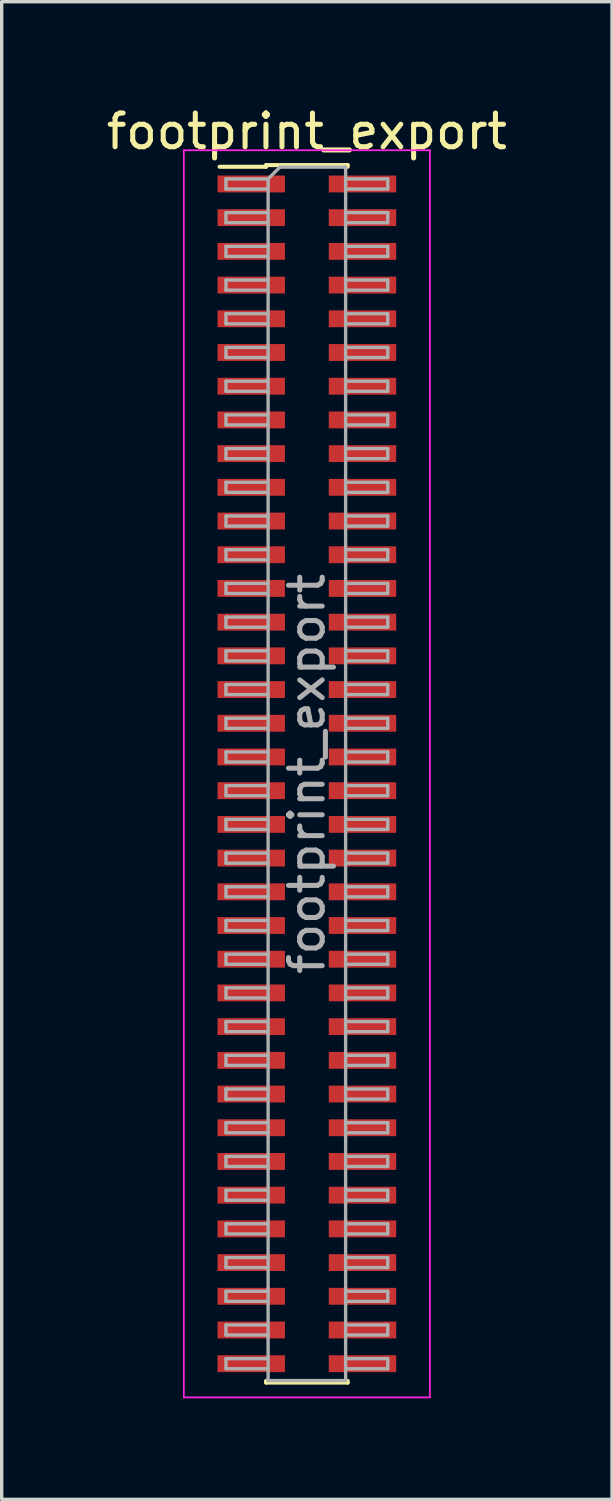
<source format=kicad_pcb>
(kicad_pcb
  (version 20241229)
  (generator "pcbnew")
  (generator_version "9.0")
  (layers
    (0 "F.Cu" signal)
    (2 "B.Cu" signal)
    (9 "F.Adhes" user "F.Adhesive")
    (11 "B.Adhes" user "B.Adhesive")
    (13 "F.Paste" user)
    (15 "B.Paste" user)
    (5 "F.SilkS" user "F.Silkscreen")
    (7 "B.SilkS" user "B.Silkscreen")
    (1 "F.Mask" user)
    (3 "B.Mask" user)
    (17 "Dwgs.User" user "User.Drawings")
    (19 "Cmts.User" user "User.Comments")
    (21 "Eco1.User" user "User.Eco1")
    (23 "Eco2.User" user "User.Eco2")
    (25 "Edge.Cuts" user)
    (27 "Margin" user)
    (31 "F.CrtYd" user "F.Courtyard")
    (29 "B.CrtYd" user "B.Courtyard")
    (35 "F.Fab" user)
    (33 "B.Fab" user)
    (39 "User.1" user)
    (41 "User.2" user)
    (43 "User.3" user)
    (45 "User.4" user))
  (footprint "footprint_export"
    (layer "F.Cu")
    (at 6.054 19.908)
    (property "Reference" "footprint_export" (at 0 -19.06 0) (layer "F.SilkS") (effects (font (size 1 1) (thickness 0.15))))
    (attr smd)
    (fp_line (start -2.59 -18.01) (end -1.21 -18.01) (stroke (width 0.12) (type solid)) (layer "F.SilkS"))
    (fp_line (start -1.21 -18.06) (end -1.21 -18.01) (stroke (width 0.12) (type solid)) (layer "F.SilkS"))
    (fp_line (start -1.21 -18.06) (end 1.21 -18.06) (stroke (width 0.12) (type solid)) (layer "F.SilkS"))
    (fp_line (start -1.21 18.01) (end -1.21 18.06) (stroke (width 0.12) (type solid)) (layer "F.SilkS"))
    (fp_line (start -1.21 18.06) (end 1.21 18.06) (stroke (width 0.12) (type solid)) (layer "F.SilkS"))
    (fp_line (start 1.21 -18.06) (end 1.21 -18.01) (stroke (width 0.12) (type solid)) (layer "F.SilkS"))
    (fp_line (start 1.21 18.01) (end 1.21 18.06) (stroke (width 0.12) (type solid)) (layer "F.SilkS"))
    (fp_line (start -3.65 -18.5) (end -3.65 18.5) (stroke (width 0.05) (type solid)) (layer "F.CrtYd"))
    (fp_line (start -3.65 18.5) (end 3.65 18.5) (stroke (width 0.05) (type solid)) (layer "F.CrtYd"))
    (fp_line (start 3.65 -18.5) (end -3.65 -18.5) (stroke (width 0.05) (type solid)) (layer "F.CrtYd"))
    (fp_line (start 3.65 18.5) (end 3.65 -18.5) (stroke (width 0.05) (type solid)) (layer "F.CrtYd"))
    (fp_line (start -2.4 -17.65) (end -2.4 -17.35) (stroke (width 0.1) (type solid)) (layer "F.Fab"))
    (fp_line (start -2.4 -17.35) (end -1.15 -17.35) (stroke (width 0.1) (type solid)) (layer "F.Fab"))
    (fp_line (start -2.4 -16.65) (end -2.4 -16.35) (stroke (width 0.1) (type solid)) (layer "F.Fab"))
    (fp_line (start -2.4 -16.35) (end -1.15 -16.35) (stroke (width 0.1) (type solid)) (layer "F.Fab"))
    (fp_line (start -2.4 -15.65) (end -2.4 -15.35) (stroke (width 0.1) (type solid)) (layer "F.Fab"))
    (fp_line (start -2.4 -15.35) (end -1.15 -15.35) (stroke (width 0.1) (type solid)) (layer "F.Fab"))
    (fp_line (start -2.4 -14.65) (end -2.4 -14.35) (stroke (width 0.1) (type solid)) (layer "F.Fab"))
    (fp_line (start -2.4 -14.35) (end -1.15 -14.35) (stroke (width 0.1) (type solid)) (layer "F.Fab"))
    (fp_line (start -2.4 -13.65) (end -2.4 -13.35) (stroke (width 0.1) (type solid)) (layer "F.Fab"))
    (fp_line (start -2.4 -13.35) (end -1.15 -13.35) (stroke (width 0.1) (type solid)) (layer "F.Fab"))
    (fp_line (start -2.4 -12.65) (end -2.4 -12.35) (stroke (width 0.1) (type solid)) (layer "F.Fab"))
    (fp_line (start -2.4 -12.35) (end -1.15 -12.35) (stroke (width 0.1) (type solid)) (layer "F.Fab"))
    (fp_line (start -2.4 -11.65) (end -2.4 -11.35) (stroke (width 0.1) (type solid)) (layer "F.Fab"))
    (fp_line (start -2.4 -11.35) (end -1.15 -11.35) (stroke (width 0.1) (type solid)) (layer "F.Fab"))
    (fp_line (start -2.4 -10.65) (end -2.4 -10.35) (stroke (width 0.1) (type solid)) (layer "F.Fab"))
    (fp_line (start -2.4 -10.35) (end -1.15 -10.35) (stroke (width 0.1) (type solid)) (layer "F.Fab"))
    (fp_line (start -2.4 -9.65) (end -2.4 -9.35) (stroke (width 0.1) (type solid)) (layer "F.Fab"))
    (fp_line (start -2.4 -9.35) (end -1.15 -9.35) (stroke (width 0.1) (type solid)) (layer "F.Fab"))
    (fp_line (start -2.4 -8.65) (end -2.4 -8.35) (stroke (width 0.1) (type solid)) (layer "F.Fab"))
    (fp_line (start -2.4 -8.35) (end -1.15 -8.35) (stroke (width 0.1) (type solid)) (layer "F.Fab"))
    (fp_line (start -2.4 -7.65) (end -2.4 -7.35) (stroke (width 0.1) (type solid)) (layer "F.Fab"))
    (fp_line (start -2.4 -7.35) (end -1.15 -7.35) (stroke (width 0.1) (type solid)) (layer "F.Fab"))
    (fp_line (start -2.4 -6.65) (end -2.4 -6.35) (stroke (width 0.1) (type solid)) (layer "F.Fab"))
    (fp_line (start -2.4 -6.35) (end -1.15 -6.35) (stroke (width 0.1) (type solid)) (layer "F.Fab"))
    (fp_line (start -2.4 -5.65) (end -2.4 -5.35) (stroke (width 0.1) (type solid)) (layer "F.Fab"))
    (fp_line (start -2.4 -5.35) (end -1.15 -5.35) (stroke (width 0.1) (type solid)) (layer "F.Fab"))
    (fp_line (start -2.4 -4.65) (end -2.4 -4.35) (stroke (width 0.1) (type solid)) (layer "F.Fab"))
    (fp_line (start -2.4 -4.35) (end -1.15 -4.35) (stroke (width 0.1) (type solid)) (layer "F.Fab"))
    (fp_line (start -2.4 -3.65) (end -2.4 -3.35) (stroke (width 0.1) (type solid)) (layer "F.Fab"))
    (fp_line (start -2.4 -3.35) (end -1.15 -3.35) (stroke (width 0.1) (type solid)) (layer "F.Fab"))
    (fp_line (start -2.4 -2.65) (end -2.4 -2.35) (stroke (width 0.1) (type solid)) (layer "F.Fab"))
    (fp_line (start -2.4 -2.35) (end -1.15 -2.35) (stroke (width 0.1) (type solid)) (layer "F.Fab"))
    (fp_line (start -2.4 -1.65) (end -2.4 -1.35) (stroke (width 0.1) (type solid)) (layer "F.Fab"))
    (fp_line (start -2.4 -1.35) (end -1.15 -1.35) (stroke (width 0.1) (type solid)) (layer "F.Fab"))
    (fp_line (start -2.4 -0.65) (end -2.4 -0.35) (stroke (width 0.1) (type solid)) (layer "F.Fab"))
    (fp_line (start -2.4 -0.35) (end -1.15 -0.35) (stroke (width 0.1) (type solid)) (layer "F.Fab"))
    (fp_line (start -2.4 0.35) (end -2.4 0.65) (stroke (width 0.1) (type solid)) (layer "F.Fab"))
    (fp_line (start -2.4 0.65) (end -1.15 0.65) (stroke (width 0.1) (type solid)) (layer "F.Fab"))
    (fp_line (start -2.4 1.35) (end -2.4 1.65) (stroke (width 0.1) (type solid)) (layer "F.Fab"))
    (fp_line (start -2.4 1.65) (end -1.15 1.65) (stroke (width 0.1) (type solid)) (layer "F.Fab"))
    (fp_line (start -2.4 2.35) (end -2.4 2.65) (stroke (width 0.1) (type solid)) (layer "F.Fab"))
    (fp_line (start -2.4 2.65) (end -1.15 2.65) (stroke (width 0.1) (type solid)) (layer "F.Fab"))
    (fp_line (start -2.4 3.35) (end -2.4 3.65) (stroke (width 0.1) (type solid)) (layer "F.Fab"))
    (fp_line (start -2.4 3.65) (end -1.15 3.65) (stroke (width 0.1) (type solid)) (layer "F.Fab"))
    (fp_line (start -2.4 4.35) (end -2.4 4.65) (stroke (width 0.1) (type solid)) (layer "F.Fab"))
    (fp_line (start -2.4 4.65) (end -1.15 4.65) (stroke (width 0.1) (type solid)) (layer "F.Fab"))
    (fp_line (start -2.4 5.35) (end -2.4 5.65) (stroke (width 0.1) (type solid)) (layer "F.Fab"))
    (fp_line (start -2.4 5.65) (end -1.15 5.65) (stroke (width 0.1) (type solid)) (layer "F.Fab"))
    (fp_line (start -2.4 6.35) (end -2.4 6.65) (stroke (width 0.1) (type solid)) (layer "F.Fab"))
    (fp_line (start -2.4 6.65) (end -1.15 6.65) (stroke (width 0.1) (type solid)) (layer "F.Fab"))
    (fp_line (start -2.4 7.35) (end -2.4 7.65) (stroke (width 0.1) (type solid)) (layer "F.Fab"))
    (fp_line (start -2.4 7.65) (end -1.15 7.65) (stroke (width 0.1) (type solid)) (layer "F.Fab"))
    (fp_line (start -2.4 8.35) (end -2.4 8.65) (stroke (width 0.1) (type solid)) (layer "F.Fab"))
    (fp_line (start -2.4 8.65) (end -1.15 8.65) (stroke (width 0.1) (type solid)) (layer "F.Fab"))
    (fp_line (start -2.4 9.35) (end -2.4 9.65) (stroke (width 0.1) (type solid)) (layer "F.Fab"))
    (fp_line (start -2.4 9.65) (end -1.15 9.65) (stroke (width 0.1) (type solid)) (layer "F.Fab"))
    (fp_line (start -2.4 10.35) (end -2.4 10.65) (stroke (width 0.1) (type solid)) (layer "F.Fab"))
    (fp_line (start -2.4 10.65) (end -1.15 10.65) (stroke (width 0.1) (type solid)) (layer "F.Fab"))
    (fp_line (start -2.4 11.35) (end -2.4 11.65) (stroke (width 0.1) (type solid)) (layer "F.Fab"))
    (fp_line (start -2.4 11.65) (end -1.15 11.65) (stroke (width 0.1) (type solid)) (layer "F.Fab"))
    (fp_line (start -2.4 12.35) (end -2.4 12.65) (stroke (width 0.1) (type solid)) (layer "F.Fab"))
    (fp_line (start -2.4 12.65) (end -1.15 12.65) (stroke (width 0.1) (type solid)) (layer "F.Fab"))
    (fp_line (start -2.4 13.35) (end -2.4 13.65) (stroke (width 0.1) (type solid)) (layer "F.Fab"))
    (fp_line (start -2.4 13.65) (end -1.15 13.65) (stroke (width 0.1) (type solid)) (layer "F.Fab"))
    (fp_line (start -2.4 14.35) (end -2.4 14.65) (stroke (width 0.1) (type solid)) (layer "F.Fab"))
    (fp_line (start -2.4 14.65) (end -1.15 14.65) (stroke (width 0.1) (type solid)) (layer "F.Fab"))
    (fp_line (start -2.4 15.35) (end -2.4 15.65) (stroke (width 0.1) (type solid)) (layer "F.Fab"))
    (fp_line (start -2.4 15.65) (end -1.15 15.65) (stroke (width 0.1) (type solid)) (layer "F.Fab"))
    (fp_line (start -2.4 16.35) (end -2.4 16.65) (stroke (width 0.1) (type solid)) (layer "F.Fab"))
    (fp_line (start -2.4 16.65) (end -1.15 16.65) (stroke (width 0.1) (type solid)) (layer "F.Fab"))
    (fp_line (start -2.4 17.35) (end -2.4 17.65) (stroke (width 0.1) (type solid)) (layer "F.Fab"))
    (fp_line (start -2.4 17.65) (end -1.15 17.65) (stroke (width 0.1) (type solid)) (layer "F.Fab"))
    (fp_line (start -1.15 -17.65) (end -2.4 -17.65) (stroke (width 0.1) (type solid)) (layer "F.Fab"))
    (fp_line (start -1.15 -17.65) (end -0.8 -18) (stroke (width 0.1) (type solid)) (layer "F.Fab"))
    (fp_line (start -1.15 -16.65) (end -2.4 -16.65) (stroke (width 0.1) (type solid)) (layer "F.Fab"))
    (fp_line (start -1.15 -15.65) (end -2.4 -15.65) (stroke (width 0.1) (type solid)) (layer "F.Fab"))
    (fp_line (start -1.15 -14.65) (end -2.4 -14.65) (stroke (width 0.1) (type solid)) (layer "F.Fab"))
    (fp_line (start -1.15 -13.65) (end -2.4 -13.65) (stroke (width 0.1) (type solid)) (layer "F.Fab"))
    (fp_line (start -1.15 -12.65) (end -2.4 -12.65) (stroke (width 0.1) (type solid)) (layer "F.Fab"))
    (fp_line (start -1.15 -11.65) (end -2.4 -11.65) (stroke (width 0.1) (type solid)) (layer "F.Fab"))
    (fp_line (start -1.15 -10.65) (end -2.4 -10.65) (stroke (width 0.1) (type solid)) (layer "F.Fab"))
    (fp_line (start -1.15 -9.65) (end -2.4 -9.65) (stroke (width 0.1) (type solid)) (layer "F.Fab"))
    (fp_line (start -1.15 -8.65) (end -2.4 -8.65) (stroke (width 0.1) (type solid)) (layer "F.Fab"))
    (fp_line (start -1.15 -7.65) (end -2.4 -7.65) (stroke (width 0.1) (type solid)) (layer "F.Fab"))
    (fp_line (start -1.15 -6.65) (end -2.4 -6.65) (stroke (width 0.1) (type solid)) (layer "F.Fab"))
    (fp_line (start -1.15 -5.65) (end -2.4 -5.65) (stroke (width 0.1) (type solid)) (layer "F.Fab"))
    (fp_line (start -1.15 -4.65) (end -2.4 -4.65) (stroke (width 0.1) (type solid)) (layer "F.Fab"))
    (fp_line (start -1.15 -3.65) (end -2.4 -3.65) (stroke (width 0.1) (type solid)) (layer "F.Fab"))
    (fp_line (start -1.15 -2.65) (end -2.4 -2.65) (stroke (width 0.1) (type solid)) (layer "F.Fab"))
    (fp_line (start -1.15 -1.65) (end -2.4 -1.65) (stroke (width 0.1) (type solid)) (layer "F.Fab"))
    (fp_line (start -1.15 -0.65) (end -2.4 -0.65) (stroke (width 0.1) (type solid)) (layer "F.Fab"))
    (fp_line (start -1.15 0.35) (end -2.4 0.35) (stroke (width 0.1) (type solid)) (layer "F.Fab"))
    (fp_line (start -1.15 1.35) (end -2.4 1.35) (stroke (width 0.1) (type solid)) (layer "F.Fab"))
    (fp_line (start -1.15 2.35) (end -2.4 2.35) (stroke (width 0.1) (type solid)) (layer "F.Fab"))
    (fp_line (start -1.15 3.35) (end -2.4 3.35) (stroke (width 0.1) (type solid)) (layer "F.Fab"))
    (fp_line (start -1.15 4.35) (end -2.4 4.35) (stroke (width 0.1) (type solid)) (layer "F.Fab"))
    (fp_line (start -1.15 5.35) (end -2.4 5.35) (stroke (width 0.1) (type solid)) (layer "F.Fab"))
    (fp_line (start -1.15 6.35) (end -2.4 6.35) (stroke (width 0.1) (type solid)) (layer "F.Fab"))
    (fp_line (start -1.15 7.35) (end -2.4 7.35) (stroke (width 0.1) (type solid)) (layer "F.Fab"))
    (fp_line (start -1.15 8.35) (end -2.4 8.35) (stroke (width 0.1) (type solid)) (layer "F.Fab"))
    (fp_line (start -1.15 9.35) (end -2.4 9.35) (stroke (width 0.1) (type solid)) (layer "F.Fab"))
    (fp_line (start -1.15 10.35) (end -2.4 10.35) (stroke (width 0.1) (type solid)) (layer "F.Fab"))
    (fp_line (start -1.15 11.35) (end -2.4 11.35) (stroke (width 0.1) (type solid)) (layer "F.Fab"))
    (fp_line (start -1.15 12.35) (end -2.4 12.35) (stroke (width 0.1) (type solid)) (layer "F.Fab"))
    (fp_line (start -1.15 13.35) (end -2.4 13.35) (stroke (width 0.1) (type solid)) (layer "F.Fab"))
    (fp_line (start -1.15 14.35) (end -2.4 14.35) (stroke (width 0.1) (type solid)) (layer "F.Fab"))
    (fp_line (start -1.15 15.35) (end -2.4 15.35) (stroke (width 0.1) (type solid)) (layer "F.Fab"))
    (fp_line (start -1.15 16.35) (end -2.4 16.35) (stroke (width 0.1) (type solid)) (layer "F.Fab"))
    (fp_line (start -1.15 17.35) (end -2.4 17.35) (stroke (width 0.1) (type solid)) (layer "F.Fab"))
    (fp_line (start -1.15 18) (end -1.15 -17.65) (stroke (width 0.1) (type solid)) (layer "F.Fab"))
    (fp_line (start -0.8 -18) (end 1.15 -18) (stroke (width 0.1) (type solid)) (layer "F.Fab"))
    (fp_line (start 1.15 -18) (end 1.15 18) (stroke (width 0.1) (type solid)) (layer "F.Fab"))
    (fp_line (start 1.15 -17.65) (end 2.4 -17.65) (stroke (width 0.1) (type solid)) (layer "F.Fab"))
    (fp_line (start 1.15 -16.65) (end 2.4 -16.65) (stroke (width 0.1) (type solid)) (layer "F.Fab"))
    (fp_line (start 1.15 -15.65) (end 2.4 -15.65) (stroke (width 0.1) (type solid)) (layer "F.Fab"))
    (fp_line (start 1.15 -14.65) (end 2.4 -14.65) (stroke (width 0.1) (type solid)) (layer "F.Fab"))
    (fp_line (start 1.15 -13.65) (end 2.4 -13.65) (stroke (width 0.1) (type solid)) (layer "F.Fab"))
    (fp_line (start 1.15 -12.65) (end 2.4 -12.65) (stroke (width 0.1) (type solid)) (layer "F.Fab"))
    (fp_line (start 1.15 -11.65) (end 2.4 -11.65) (stroke (width 0.1) (type solid)) (layer "F.Fab"))
    (fp_line (start 1.15 -10.65) (end 2.4 -10.65) (stroke (width 0.1) (type solid)) (layer "F.Fab"))
    (fp_line (start 1.15 -9.65) (end 2.4 -9.65) (stroke (width 0.1) (type solid)) (layer "F.Fab"))
    (fp_line (start 1.15 -8.65) (end 2.4 -8.65) (stroke (width 0.1) (type solid)) (layer "F.Fab"))
    (fp_line (start 1.15 -7.65) (end 2.4 -7.65) (stroke (width 0.1) (type solid)) (layer "F.Fab"))
    (fp_line (start 1.15 -6.65) (end 2.4 -6.65) (stroke (width 0.1) (type solid)) (layer "F.Fab"))
    (fp_line (start 1.15 -5.65) (end 2.4 -5.65) (stroke (width 0.1) (type solid)) (layer "F.Fab"))
    (fp_line (start 1.15 -4.65) (end 2.4 -4.65) (stroke (width 0.1) (type solid)) (layer "F.Fab"))
    (fp_line (start 1.15 -3.65) (end 2.4 -3.65) (stroke (width 0.1) (type solid)) (layer "F.Fab"))
    (fp_line (start 1.15 -2.65) (end 2.4 -2.65) (stroke (width 0.1) (type solid)) (layer "F.Fab"))
    (fp_line (start 1.15 -1.65) (end 2.4 -1.65) (stroke (width 0.1) (type solid)) (layer "F.Fab"))
    (fp_line (start 1.15 -0.65) (end 2.4 -0.65) (stroke (width 0.1) (type solid)) (layer "F.Fab"))
    (fp_line (start 1.15 0.35) (end 2.4 0.35) (stroke (width 0.1) (type solid)) (layer "F.Fab"))
    (fp_line (start 1.15 1.35) (end 2.4 1.35) (stroke (width 0.1) (type solid)) (layer "F.Fab"))
    (fp_line (start 1.15 2.35) (end 2.4 2.35) (stroke (width 0.1) (type solid)) (layer "F.Fab"))
    (fp_line (start 1.15 3.35) (end 2.4 3.35) (stroke (width 0.1) (type solid)) (layer "F.Fab"))
    (fp_line (start 1.15 4.35) (end 2.4 4.35) (stroke (width 0.1) (type solid)) (layer "F.Fab"))
    (fp_line (start 1.15 5.35) (end 2.4 5.35) (stroke (width 0.1) (type solid)) (layer "F.Fab"))
    (fp_line (start 1.15 6.35) (end 2.4 6.35) (stroke (width 0.1) (type solid)) (layer "F.Fab"))
    (fp_line (start 1.15 7.35) (end 2.4 7.35) (stroke (width 0.1) (type solid)) (layer "F.Fab"))
    (fp_line (start 1.15 8.35) (end 2.4 8.35) (stroke (width 0.1) (type solid)) (layer "F.Fab"))
    (fp_line (start 1.15 9.35) (end 2.4 9.35) (stroke (width 0.1) (type solid)) (layer "F.Fab"))
    (fp_line (start 1.15 10.35) (end 2.4 10.35) (stroke (width 0.1) (type solid)) (layer "F.Fab"))
    (fp_line (start 1.15 11.35) (end 2.4 11.35) (stroke (width 0.1) (type solid)) (layer "F.Fab"))
    (fp_line (start 1.15 12.35) (end 2.4 12.35) (stroke (width 0.1) (type solid)) (layer "F.Fab"))
    (fp_line (start 1.15 13.35) (end 2.4 13.35) (stroke (width 0.1) (type solid)) (layer "F.Fab"))
    (fp_line (start 1.15 14.35) (end 2.4 14.35) (stroke (width 0.1) (type solid)) (layer "F.Fab"))
    (fp_line (start 1.15 15.35) (end 2.4 15.35) (stroke (width 0.1) (type solid)) (layer "F.Fab"))
    (fp_line (start 1.15 16.35) (end 2.4 16.35) (stroke (width 0.1) (type solid)) (layer "F.Fab"))
    (fp_line (start 1.15 17.35) (end 2.4 17.35) (stroke (width 0.1) (type solid)) (layer "F.Fab"))
    (fp_line (start 1.15 18) (end -1.15 18) (stroke (width 0.1) (type solid)) (layer "F.Fab"))
    (fp_line (start 2.4 -17.65) (end 2.4 -17.35) (stroke (width 0.1) (type solid)) (layer "F.Fab"))
    (fp_line (start 2.4 -17.35) (end 1.15 -17.35) (stroke (width 0.1) (type solid)) (layer "F.Fab"))
    (fp_line (start 2.4 -16.65) (end 2.4 -16.35) (stroke (width 0.1) (type solid)) (layer "F.Fab"))
    (fp_line (start 2.4 -16.35) (end 1.15 -16.35) (stroke (width 0.1) (type solid)) (layer "F.Fab"))
    (fp_line (start 2.4 -15.65) (end 2.4 -15.35) (stroke (width 0.1) (type solid)) (layer "F.Fab"))
    (fp_line (start 2.4 -15.35) (end 1.15 -15.35) (stroke (width 0.1) (type solid)) (layer "F.Fab"))
    (fp_line (start 2.4 -14.65) (end 2.4 -14.35) (stroke (width 0.1) (type solid)) (layer "F.Fab"))
    (fp_line (start 2.4 -14.35) (end 1.15 -14.35) (stroke (width 0.1) (type solid)) (layer "F.Fab"))
    (fp_line (start 2.4 -13.65) (end 2.4 -13.35) (stroke (width 0.1) (type solid)) (layer "F.Fab"))
    (fp_line (start 2.4 -13.35) (end 1.15 -13.35) (stroke (width 0.1) (type solid)) (layer "F.Fab"))
    (fp_line (start 2.4 -12.65) (end 2.4 -12.35) (stroke (width 0.1) (type solid)) (layer "F.Fab"))
    (fp_line (start 2.4 -12.35) (end 1.15 -12.35) (stroke (width 0.1) (type solid)) (layer "F.Fab"))
    (fp_line (start 2.4 -11.65) (end 2.4 -11.35) (stroke (width 0.1) (type solid)) (layer "F.Fab"))
    (fp_line (start 2.4 -11.35) (end 1.15 -11.35) (stroke (width 0.1) (type solid)) (layer "F.Fab"))
    (fp_line (start 2.4 -10.65) (end 2.4 -10.35) (stroke (width 0.1) (type solid)) (layer "F.Fab"))
    (fp_line (start 2.4 -10.35) (end 1.15 -10.35) (stroke (width 0.1) (type solid)) (layer "F.Fab"))
    (fp_line (start 2.4 -9.65) (end 2.4 -9.35) (stroke (width 0.1) (type solid)) (layer "F.Fab"))
    (fp_line (start 2.4 -9.35) (end 1.15 -9.35) (stroke (width 0.1) (type solid)) (layer "F.Fab"))
    (fp_line (start 2.4 -8.65) (end 2.4 -8.35) (stroke (width 0.1) (type solid)) (layer "F.Fab"))
    (fp_line (start 2.4 -8.35) (end 1.15 -8.35) (stroke (width 0.1) (type solid)) (layer "F.Fab"))
    (fp_line (start 2.4 -7.65) (end 2.4 -7.35) (stroke (width 0.1) (type solid)) (layer "F.Fab"))
    (fp_line (start 2.4 -7.35) (end 1.15 -7.35) (stroke (width 0.1) (type solid)) (layer "F.Fab"))
    (fp_line (start 2.4 -6.65) (end 2.4 -6.35) (stroke (width 0.1) (type solid)) (layer "F.Fab"))
    (fp_line (start 2.4 -6.35) (end 1.15 -6.35) (stroke (width 0.1) (type solid)) (layer "F.Fab"))
    (fp_line (start 2.4 -5.65) (end 2.4 -5.35) (stroke (width 0.1) (type solid)) (layer "F.Fab"))
    (fp_line (start 2.4 -5.35) (end 1.15 -5.35) (stroke (width 0.1) (type solid)) (layer "F.Fab"))
    (fp_line (start 2.4 -4.65) (end 2.4 -4.35) (stroke (width 0.1) (type solid)) (layer "F.Fab"))
    (fp_line (start 2.4 -4.35) (end 1.15 -4.35) (stroke (width 0.1) (type solid)) (layer "F.Fab"))
    (fp_line (start 2.4 -3.65) (end 2.4 -3.35) (stroke (width 0.1) (type solid)) (layer "F.Fab"))
    (fp_line (start 2.4 -3.35) (end 1.15 -3.35) (stroke (width 0.1) (type solid)) (layer "F.Fab"))
    (fp_line (start 2.4 -2.65) (end 2.4 -2.35) (stroke (width 0.1) (type solid)) (layer "F.Fab"))
    (fp_line (start 2.4 -2.35) (end 1.15 -2.35) (stroke (width 0.1) (type solid)) (layer "F.Fab"))
    (fp_line (start 2.4 -1.65) (end 2.4 -1.35) (stroke (width 0.1) (type solid)) (layer "F.Fab"))
    (fp_line (start 2.4 -1.35) (end 1.15 -1.35) (stroke (width 0.1) (type solid)) (layer "F.Fab"))
    (fp_line (start 2.4 -0.65) (end 2.4 -0.35) (stroke (width 0.1) (type solid)) (layer "F.Fab"))
    (fp_line (start 2.4 -0.35) (end 1.15 -0.35) (stroke (width 0.1) (type solid)) (layer "F.Fab"))
    (fp_line (start 2.4 0.35) (end 2.4 0.65) (stroke (width 0.1) (type solid)) (layer "F.Fab"))
    (fp_line (start 2.4 0.65) (end 1.15 0.65) (stroke (width 0.1) (type solid)) (layer "F.Fab"))
    (fp_line (start 2.4 1.35) (end 2.4 1.65) (stroke (width 0.1) (type solid)) (layer "F.Fab"))
    (fp_line (start 2.4 1.65) (end 1.15 1.65) (stroke (width 0.1) (type solid)) (layer "F.Fab"))
    (fp_line (start 2.4 2.35) (end 2.4 2.65) (stroke (width 0.1) (type solid)) (layer "F.Fab"))
    (fp_line (start 2.4 2.65) (end 1.15 2.65) (stroke (width 0.1) (type solid)) (layer "F.Fab"))
    (fp_line (start 2.4 3.35) (end 2.4 3.65) (stroke (width 0.1) (type solid)) (layer "F.Fab"))
    (fp_line (start 2.4 3.65) (end 1.15 3.65) (stroke (width 0.1) (type solid)) (layer "F.Fab"))
    (fp_line (start 2.4 4.35) (end 2.4 4.65) (stroke (width 0.1) (type solid)) (layer "F.Fab"))
    (fp_line (start 2.4 4.65) (end 1.15 4.65) (stroke (width 0.1) (type solid)) (layer "F.Fab"))
    (fp_line (start 2.4 5.35) (end 2.4 5.65) (stroke (width 0.1) (type solid)) (layer "F.Fab"))
    (fp_line (start 2.4 5.65) (end 1.15 5.65) (stroke (width 0.1) (type solid)) (layer "F.Fab"))
    (fp_line (start 2.4 6.35) (end 2.4 6.65) (stroke (width 0.1) (type solid)) (layer "F.Fab"))
    (fp_line (start 2.4 6.65) (end 1.15 6.65) (stroke (width 0.1) (type solid)) (layer "F.Fab"))
    (fp_line (start 2.4 7.35) (end 2.4 7.65) (stroke (width 0.1) (type solid)) (layer "F.Fab"))
    (fp_line (start 2.4 7.65) (end 1.15 7.65) (stroke (width 0.1) (type solid)) (layer "F.Fab"))
    (fp_line (start 2.4 8.35) (end 2.4 8.65) (stroke (width 0.1) (type solid)) (layer "F.Fab"))
    (fp_line (start 2.4 8.65) (end 1.15 8.65) (stroke (width 0.1) (type solid)) (layer "F.Fab"))
    (fp_line (start 2.4 9.35) (end 2.4 9.65) (stroke (width 0.1) (type solid)) (layer "F.Fab"))
    (fp_line (start 2.4 9.65) (end 1.15 9.65) (stroke (width 0.1) (type solid)) (layer "F.Fab"))
    (fp_line (start 2.4 10.35) (end 2.4 10.65) (stroke (width 0.1) (type solid)) (layer "F.Fab"))
    (fp_line (start 2.4 10.65) (end 1.15 10.65) (stroke (width 0.1) (type solid)) (layer "F.Fab"))
    (fp_line (start 2.4 11.35) (end 2.4 11.65) (stroke (width 0.1) (type solid)) (layer "F.Fab"))
    (fp_line (start 2.4 11.65) (end 1.15 11.65) (stroke (width 0.1) (type solid)) (layer "F.Fab"))
    (fp_line (start 2.4 12.35) (end 2.4 12.65) (stroke (width 0.1) (type solid)) (layer "F.Fab"))
    (fp_line (start 2.4 12.65) (end 1.15 12.65) (stroke (width 0.1) (type solid)) (layer "F.Fab"))
    (fp_line (start 2.4 13.35) (end 2.4 13.65) (stroke (width 0.1) (type solid)) (layer "F.Fab"))
    (fp_line (start 2.4 13.65) (end 1.15 13.65) (stroke (width 0.1) (type solid)) (layer "F.Fab"))
    (fp_line (start 2.4 14.35) (end 2.4 14.65) (stroke (width 0.1) (type solid)) (layer "F.Fab"))
    (fp_line (start 2.4 14.65) (end 1.15 14.65) (stroke (width 0.1) (type solid)) (layer "F.Fab"))
    (fp_line (start 2.4 15.35) (end 2.4 15.65) (stroke (width 0.1) (type solid)) (layer "F.Fab"))
    (fp_line (start 2.4 15.65) (end 1.15 15.65) (stroke (width 0.1) (type solid)) (layer "F.Fab"))
    (fp_line (start 2.4 16.35) (end 2.4 16.65) (stroke (width 0.1) (type solid)) (layer "F.Fab"))
    (fp_line (start 2.4 16.65) (end 1.15 16.65) (stroke (width 0.1) (type solid)) (layer "F.Fab"))
    (fp_line (start 2.4 17.35) (end 2.4 17.65) (stroke (width 0.1) (type solid)) (layer "F.Fab"))
    (fp_line (start 2.4 17.65) (end 1.15 17.65) (stroke (width 0.1) (type solid)) (layer "F.Fab"))
    (fp_text user "${REFERENCE}" (at 0 0 90) (layer "F.Fab") (effects (font (size 1 1) (thickness 0.15))))
    (pad "1" smd rect (at -1.65 -17.5) (size 2 0.5) (layers "F.Cu" "F.Mask" "F.Paste"))
    (pad "2" smd rect (at 1.65 -17.5) (size 2 0.5) (layers "F.Cu" "F.Mask" "F.Paste"))
    (pad "3" smd rect (at -1.65 -16.5) (size 2 0.5) (layers "F.Cu" "F.Mask" "F.Paste"))
    (pad "4" smd rect (at 1.65 -16.5) (size 2 0.5) (layers "F.Cu" "F.Mask" "F.Paste"))
    (pad "5" smd rect (at -1.65 -15.5) (size 2 0.5) (layers "F.Cu" "F.Mask" "F.Paste"))
    (pad "6" smd rect (at 1.65 -15.5) (size 2 0.5) (layers "F.Cu" "F.Mask" "F.Paste"))
    (pad "7" smd rect (at -1.65 -14.5) (size 2 0.5) (layers "F.Cu" "F.Mask" "F.Paste"))
    (pad "8" smd rect (at 1.65 -14.5) (size 2 0.5) (layers "F.Cu" "F.Mask" "F.Paste"))
    (pad "9" smd rect (at -1.65 -13.5) (size 2 0.5) (layers "F.Cu" "F.Mask" "F.Paste"))
    (pad "10" smd rect (at 1.65 -13.5) (size 2 0.5) (layers "F.Cu" "F.Mask" "F.Paste"))
    (pad "11" smd rect (at -1.65 -12.5) (size 2 0.5) (layers "F.Cu" "F.Mask" "F.Paste"))
    (pad "12" smd rect (at 1.65 -12.5) (size 2 0.5) (layers "F.Cu" "F.Mask" "F.Paste"))
    (pad "13" smd rect (at -1.65 -11.5) (size 2 0.5) (layers "F.Cu" "F.Mask" "F.Paste"))
    (pad "14" smd rect (at 1.65 -11.5) (size 2 0.5) (layers "F.Cu" "F.Mask" "F.Paste"))
    (pad "15" smd rect (at -1.65 -10.5) (size 2 0.5) (layers "F.Cu" "F.Mask" "F.Paste"))
    (pad "16" smd rect (at 1.65 -10.5) (size 2 0.5) (layers "F.Cu" "F.Mask" "F.Paste"))
    (pad "17" smd rect (at -1.65 -9.5) (size 2 0.5) (layers "F.Cu" "F.Mask" "F.Paste"))
    (pad "18" smd rect (at 1.65 -9.5) (size 2 0.5) (layers "F.Cu" "F.Mask" "F.Paste"))
    (pad "19" smd rect (at -1.65 -8.5) (size 2 0.5) (layers "F.Cu" "F.Mask" "F.Paste"))
    (pad "20" smd rect (at 1.65 -8.5) (size 2 0.5) (layers "F.Cu" "F.Mask" "F.Paste"))
    (pad "21" smd rect (at -1.65 -7.5) (size 2 0.5) (layers "F.Cu" "F.Mask" "F.Paste"))
    (pad "22" smd rect (at 1.65 -7.5) (size 2 0.5) (layers "F.Cu" "F.Mask" "F.Paste"))
    (pad "23" smd rect (at -1.65 -6.5) (size 2 0.5) (layers "F.Cu" "F.Mask" "F.Paste"))
    (pad "24" smd rect (at 1.65 -6.5) (size 2 0.5) (layers "F.Cu" "F.Mask" "F.Paste"))
    (pad "25" smd rect (at -1.65 -5.5) (size 2 0.5) (layers "F.Cu" "F.Mask" "F.Paste"))
    (pad "26" smd rect (at 1.65 -5.5) (size 2 0.5) (layers "F.Cu" "F.Mask" "F.Paste"))
    (pad "27" smd rect (at -1.65 -4.5) (size 2 0.5) (layers "F.Cu" "F.Mask" "F.Paste"))
    (pad "28" smd rect (at 1.65 -4.5) (size 2 0.5) (layers "F.Cu" "F.Mask" "F.Paste"))
    (pad "29" smd rect (at -1.65 -3.5) (size 2 0.5) (layers "F.Cu" "F.Mask" "F.Paste"))
    (pad "30" smd rect (at 1.65 -3.5) (size 2 0.5) (layers "F.Cu" "F.Mask" "F.Paste"))
    (pad "31" smd rect (at -1.65 -2.5) (size 2 0.5) (layers "F.Cu" "F.Mask" "F.Paste"))
    (pad "32" smd rect (at 1.65 -2.5) (size 2 0.5) (layers "F.Cu" "F.Mask" "F.Paste"))
    (pad "33" smd rect (at -1.65 -1.5) (size 2 0.5) (layers "F.Cu" "F.Mask" "F.Paste"))
    (pad "34" smd rect (at 1.65 -1.5) (size 2 0.5) (layers "F.Cu" "F.Mask" "F.Paste"))
    (pad "35" smd rect (at -1.65 -0.5) (size 2 0.5) (layers "F.Cu" "F.Mask" "F.Paste"))
    (pad "36" smd rect (at 1.65 -0.5) (size 2 0.5) (layers "F.Cu" "F.Mask" "F.Paste"))
    (pad "37" smd rect (at -1.65 0.5) (size 2 0.5) (layers "F.Cu" "F.Mask" "F.Paste"))
    (pad "38" smd rect (at 1.65 0.5) (size 2 0.5) (layers "F.Cu" "F.Mask" "F.Paste"))
    (pad "39" smd rect (at -1.65 1.5) (size 2 0.5) (layers "F.Cu" "F.Mask" "F.Paste"))
    (pad "40" smd rect (at 1.65 1.5) (size 2 0.5) (layers "F.Cu" "F.Mask" "F.Paste"))
    (pad "41" smd rect (at -1.65 2.5) (size 2 0.5) (layers "F.Cu" "F.Mask" "F.Paste"))
    (pad "42" smd rect (at 1.65 2.5) (size 2 0.5) (layers "F.Cu" "F.Mask" "F.Paste"))
    (pad "43" smd rect (at -1.65 3.5) (size 2 0.5) (layers "F.Cu" "F.Mask" "F.Paste"))
    (pad "44" smd rect (at 1.65 3.5) (size 2 0.5) (layers "F.Cu" "F.Mask" "F.Paste"))
    (pad "45" smd rect (at -1.65 4.5) (size 2 0.5) (layers "F.Cu" "F.Mask" "F.Paste"))
    (pad "46" smd rect (at 1.65 4.5) (size 2 0.5) (layers "F.Cu" "F.Mask" "F.Paste"))
    (pad "47" smd rect (at -1.65 5.5) (size 2 0.5) (layers "F.Cu" "F.Mask" "F.Paste"))
    (pad "48" smd rect (at 1.65 5.5) (size 2 0.5) (layers "F.Cu" "F.Mask" "F.Paste"))
    (pad "49" smd rect (at -1.65 6.5) (size 2 0.5) (layers "F.Cu" "F.Mask" "F.Paste"))
    (pad "50" smd rect (at 1.65 6.5) (size 2 0.5) (layers "F.Cu" "F.Mask" "F.Paste"))
    (pad "51" smd rect (at -1.65 7.5) (size 2 0.5) (layers "F.Cu" "F.Mask" "F.Paste"))
    (pad "52" smd rect (at 1.65 7.5) (size 2 0.5) (layers "F.Cu" "F.Mask" "F.Paste"))
    (pad "53" smd rect (at -1.65 8.5) (size 2 0.5) (layers "F.Cu" "F.Mask" "F.Paste"))
    (pad "54" smd rect (at 1.65 8.5) (size 2 0.5) (layers "F.Cu" "F.Mask" "F.Paste"))
    (pad "55" smd rect (at -1.65 9.5) (size 2 0.5) (layers "F.Cu" "F.Mask" "F.Paste"))
    (pad "56" smd rect (at 1.65 9.5) (size 2 0.5) (layers "F.Cu" "F.Mask" "F.Paste"))
    (pad "57" smd rect (at -1.65 10.5) (size 2 0.5) (layers "F.Cu" "F.Mask" "F.Paste"))
    (pad "58" smd rect (at 1.65 10.5) (size 2 0.5) (layers "F.Cu" "F.Mask" "F.Paste"))
    (pad "59" smd rect (at -1.65 11.5) (size 2 0.5) (layers "F.Cu" "F.Mask" "F.Paste"))
    (pad "60" smd rect (at 1.65 11.5) (size 2 0.5) (layers "F.Cu" "F.Mask" "F.Paste"))
    (pad "61" smd rect (at -1.65 12.5) (size 2 0.5) (layers "F.Cu" "F.Mask" "F.Paste"))
    (pad "62" smd rect (at 1.65 12.5) (size 2 0.5) (layers "F.Cu" "F.Mask" "F.Paste"))
    (pad "63" smd rect (at -1.65 13.5) (size 2 0.5) (layers "F.Cu" "F.Mask" "F.Paste"))
    (pad "64" smd rect (at 1.65 13.5) (size 2 0.5) (layers "F.Cu" "F.Mask" "F.Paste"))
    (pad "65" smd rect (at -1.65 14.5) (size 2 0.5) (layers "F.Cu" "F.Mask" "F.Paste"))
    (pad "66" smd rect (at 1.65 14.5) (size 2 0.5) (layers "F.Cu" "F.Mask" "F.Paste"))
    (pad "67" smd rect (at -1.65 15.5) (size 2 0.5) (layers "F.Cu" "F.Mask" "F.Paste"))
    (pad "68" smd rect (at 1.65 15.5) (size 2 0.5) (layers "F.Cu" "F.Mask" "F.Paste"))
    (pad "69" smd rect (at -1.65 16.5) (size 2 0.5) (layers "F.Cu" "F.Mask" "F.Paste"))
    (pad "70" smd rect (at 1.65 16.5) (size 2 0.5) (layers "F.Cu" "F.Mask" "F.Paste"))
    (pad "71" smd rect (at -1.65 17.5) (size 2 0.5) (layers "F.Cu" "F.Mask" "F.Paste"))
    (pad "72" smd rect (at 1.65 17.5) (size 2 0.5) (layers "F.Cu" "F.Mask" "F.Paste")))
  (gr_rect
    (start -3 -3)
    (end 15.107 41.433)
    (stroke (width 0.1) (type default))
    (fill no)
    (layer "Edge.Cuts")))
</source>
